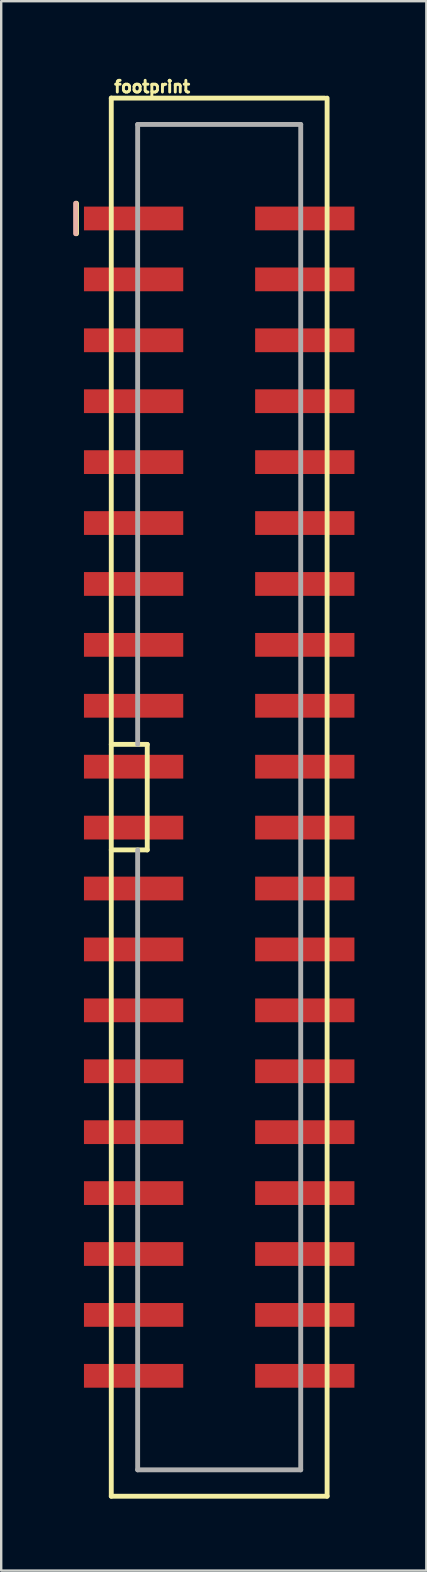
<source format=kicad_pcb>
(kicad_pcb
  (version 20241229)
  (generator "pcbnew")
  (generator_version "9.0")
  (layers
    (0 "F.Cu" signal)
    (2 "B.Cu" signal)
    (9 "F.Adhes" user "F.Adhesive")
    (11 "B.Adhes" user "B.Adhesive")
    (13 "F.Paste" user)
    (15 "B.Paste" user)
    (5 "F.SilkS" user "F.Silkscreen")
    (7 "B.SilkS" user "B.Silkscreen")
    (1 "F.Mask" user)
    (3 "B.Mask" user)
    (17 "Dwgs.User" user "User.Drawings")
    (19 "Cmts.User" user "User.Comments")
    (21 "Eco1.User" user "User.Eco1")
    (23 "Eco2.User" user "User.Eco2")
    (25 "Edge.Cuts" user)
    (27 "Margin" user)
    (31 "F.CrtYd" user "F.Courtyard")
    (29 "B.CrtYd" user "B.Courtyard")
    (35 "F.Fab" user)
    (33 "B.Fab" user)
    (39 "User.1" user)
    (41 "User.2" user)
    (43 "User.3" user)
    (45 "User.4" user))
  (footprint "footprint"
    (layer "F.Cu")
    (at 6.09 30.19)
    (property "Reference" "footprint" (at -4.445 -29.337 0) (layer "F.SilkS") (effects (font (size 0.488 0.488) (thickness 0.122)) (justify left bottom)))
    (fp_line (start -5.95 -24.765) (end -5.95 -23.495) (stroke (width 0.203) (type solid)) (layer "F.SilkS"))
    (fp_line (start -4.5 -29.15) (end 4.4 -29.15) (stroke (width 0.203) (type solid)) (layer "F.SilkS"))
    (fp_line (start -4.5 -2.2) (end -3 -2.2) (stroke (width 0.203) (type solid)) (layer "F.SilkS"))
    (fp_line (start -4.5 29.15) (end -4.5 -29.15) (stroke (width 0.203) (type solid)) (layer "F.SilkS"))
    (fp_line (start -3 -2.2) (end -3 2.2) (stroke (width 0.203) (type solid)) (layer "F.SilkS"))
    (fp_line (start -3 2.2) (end -4.5 2.2) (stroke (width 0.203) (type solid)) (layer "F.SilkS"))
    (fp_line (start 4.5 -29.15) (end 4.5 29.15) (stroke (width 0.203) (type solid)) (layer "F.SilkS"))
    (fp_line (start 4.5 29.15) (end -4.5 29.15) (stroke (width 0.203) (type solid)) (layer "F.SilkS"))
    (fp_line (start -5.988 -24.765) (end -5.988 -23.495) (stroke (width 0.203) (type solid)) (layer "B.SilkS"))
    (fp_line (start -3.4 -28.05) (end -3.4 -2.2) (stroke (width 0.203) (type solid)) (layer "F.Fab"))
    (fp_line (start -3.4 -28.05) (end 3.4 -28.05) (stroke (width 0.203) (type solid)) (layer "F.Fab"))
    (fp_line (start -3.4 28.05) (end -3.4 2.2) (stroke (width 0.203) (type solid)) (layer "F.Fab"))
    (fp_line (start -3.4 28.05) (end 3.4 28.05) (stroke (width 0.203) (type solid)) (layer "F.Fab"))
    (fp_line (start 3.4 -28.05) (end 3.4 28.05) (stroke (width 0.203) (type solid)) (layer "F.Fab"))
    (pad "1" smd rect (at -3.569 -24.13) (size 4.14 0.991) (layers "F.Cu" "F.Mask" "F.Paste"))
    (pad "2" smd rect (at 3.569 -24.13) (size 4.14 0.991) (layers "F.Cu" "F.Mask" "F.Paste"))
    (pad "3" smd rect (at -3.569 -21.59) (size 4.14 0.991) (layers "F.Cu" "F.Mask" "F.Paste"))
    (pad "4" smd rect (at 3.569 -21.59) (size 4.14 0.991) (layers "F.Cu" "F.Mask" "F.Paste"))
    (pad "5" smd rect (at -3.569 -19.05) (size 4.14 0.991) (layers "F.Cu" "F.Mask" "F.Paste"))
    (pad "6" smd rect (at 3.569 -19.05) (size 4.14 0.991) (layers "F.Cu" "F.Mask" "F.Paste"))
    (pad "7" smd rect (at -3.569 -16.51) (size 4.14 0.991) (layers "F.Cu" "F.Mask" "F.Paste"))
    (pad "8" smd rect (at 3.569 -16.51) (size 4.14 0.991) (layers "F.Cu" "F.Mask" "F.Paste"))
    (pad "9" smd rect (at -3.569 -13.97) (size 4.14 0.991) (layers "F.Cu" "F.Mask" "F.Paste"))
    (pad "10" smd rect (at 3.569 -13.97) (size 4.14 0.991) (layers "F.Cu" "F.Mask" "F.Paste"))
    (pad "11" smd rect (at -3.569 -11.43) (size 4.14 0.991) (layers "F.Cu" "F.Mask" "F.Paste"))
    (pad "12" smd rect (at 3.569 -11.43) (size 4.14 0.991) (layers "F.Cu" "F.Mask" "F.Paste"))
    (pad "13" smd rect (at -3.569 -8.89) (size 4.14 0.991) (layers "F.Cu" "F.Mask" "F.Paste"))
    (pad "14" smd rect (at 3.569 -8.89) (size 4.14 0.991) (layers "F.Cu" "F.Mask" "F.Paste"))
    (pad "15" smd rect (at -3.569 -6.35) (size 4.14 0.991) (layers "F.Cu" "F.Mask" "F.Paste"))
    (pad "16" smd rect (at 3.569 -6.35) (size 4.14 0.991) (layers "F.Cu" "F.Mask" "F.Paste"))
    (pad "17" smd rect (at -3.569 -3.81) (size 4.14 0.991) (layers "F.Cu" "F.Mask" "F.Paste"))
    (pad "18" smd rect (at 3.569 -3.81) (size 4.14 0.991) (layers "F.Cu" "F.Mask" "F.Paste"))
    (pad "19" smd rect (at -3.569 -1.27) (size 4.14 0.991) (layers "F.Cu" "F.Mask" "F.Paste"))
    (pad "20" smd rect (at 3.569 -1.27) (size 4.14 0.991) (layers "F.Cu" "F.Mask" "F.Paste"))
    (pad "21" smd rect (at -3.569 1.27) (size 4.14 0.991) (layers "F.Cu" "F.Mask" "F.Paste"))
    (pad "22" smd rect (at 3.569 1.27) (size 4.14 0.991) (layers "F.Cu" "F.Mask" "F.Paste"))
    (pad "23" smd rect (at -3.569 3.81) (size 4.14 0.991) (layers "F.Cu" "F.Mask" "F.Paste"))
    (pad "24" smd rect (at 3.569 3.81) (size 4.14 0.991) (layers "F.Cu" "F.Mask" "F.Paste"))
    (pad "25" smd rect (at -3.569 6.35) (size 4.14 0.991) (layers "F.Cu" "F.Mask" "F.Paste"))
    (pad "26" smd rect (at 3.569 6.35) (size 4.14 0.991) (layers "F.Cu" "F.Mask" "F.Paste"))
    (pad "27" smd rect (at -3.569 8.89) (size 4.14 0.991) (layers "F.Cu" "F.Mask" "F.Paste"))
    (pad "28" smd rect (at 3.569 8.89) (size 4.14 0.991) (layers "F.Cu" "F.Mask" "F.Paste"))
    (pad "29" smd rect (at -3.569 11.43) (size 4.14 0.991) (layers "F.Cu" "F.Mask" "F.Paste"))
    (pad "30" smd rect (at 3.569 11.43) (size 4.14 0.991) (layers "F.Cu" "F.Mask" "F.Paste"))
    (pad "31" smd rect (at -3.569 13.97) (size 4.14 0.991) (layers "F.Cu" "F.Mask" "F.Paste"))
    (pad "32" smd rect (at 3.569 13.97) (size 4.14 0.991) (layers "F.Cu" "F.Mask" "F.Paste"))
    (pad "33" smd rect (at -3.569 16.51) (size 4.14 0.991) (layers "F.Cu" "F.Mask" "F.Paste"))
    (pad "34" smd rect (at 3.569 16.51) (size 4.14 0.991) (layers "F.Cu" "F.Mask" "F.Paste"))
    (pad "35" smd rect (at -3.569 19.05) (size 4.14 0.991) (layers "F.Cu" "F.Mask" "F.Paste"))
    (pad "36" smd rect (at 3.569 19.05) (size 4.14 0.991) (layers "F.Cu" "F.Mask" "F.Paste"))
    (pad "37" smd rect (at -3.569 21.59) (size 4.14 0.991) (layers "F.Cu" "F.Mask" "F.Paste"))
    (pad "38" smd rect (at 3.569 21.59) (size 4.14 0.991) (layers "F.Cu" "F.Mask" "F.Paste"))
    (pad "39" smd rect (at -3.569 24.13) (size 4.14 0.991) (layers "F.Cu" "F.Mask" "F.Paste"))
    (pad "40" smd rect (at 3.569 24.13) (size 4.14 0.991) (layers "F.Cu" "F.Mask" "F.Paste")))
  (gr_rect
    (start -3 -3)
    (end 14.728 62.442)
    (stroke (width 0.1) (type default))
    (fill no)
    (layer "Edge.Cuts")))
</source>
